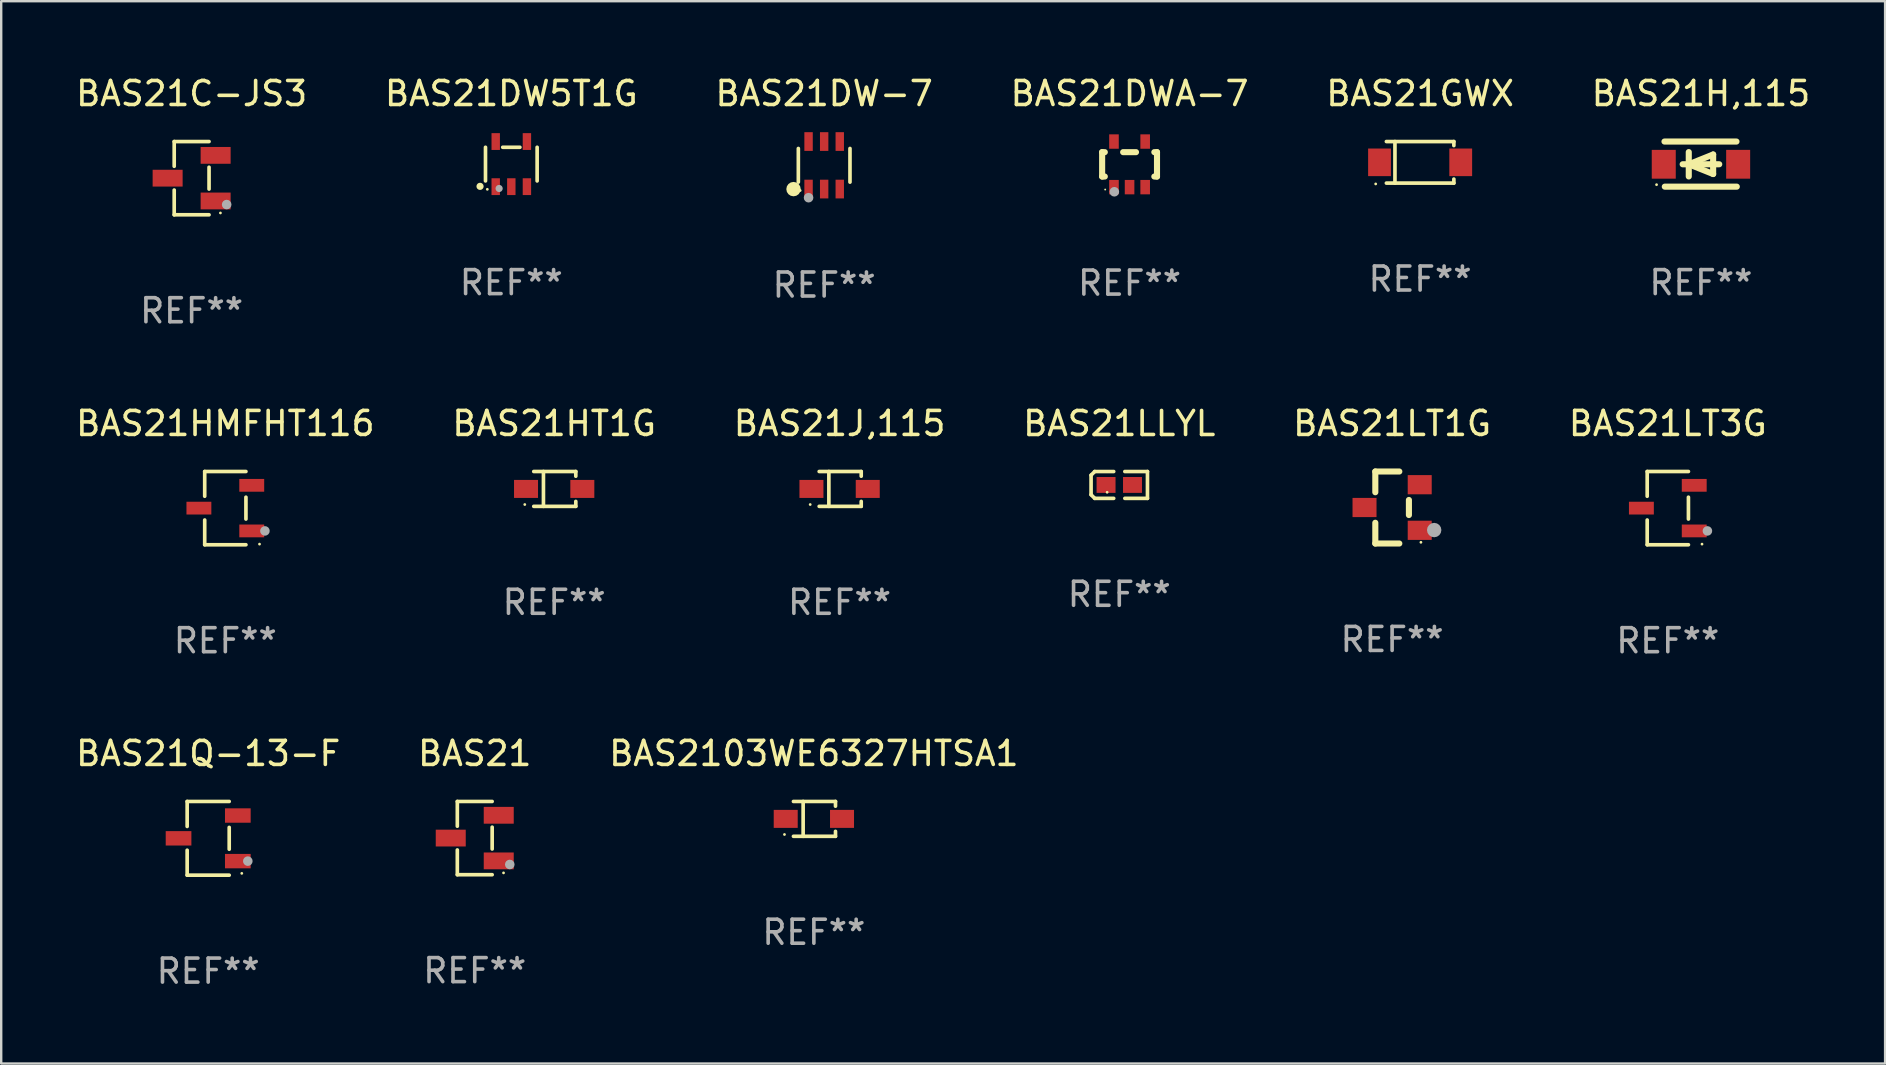
<source format=kicad_pcb>
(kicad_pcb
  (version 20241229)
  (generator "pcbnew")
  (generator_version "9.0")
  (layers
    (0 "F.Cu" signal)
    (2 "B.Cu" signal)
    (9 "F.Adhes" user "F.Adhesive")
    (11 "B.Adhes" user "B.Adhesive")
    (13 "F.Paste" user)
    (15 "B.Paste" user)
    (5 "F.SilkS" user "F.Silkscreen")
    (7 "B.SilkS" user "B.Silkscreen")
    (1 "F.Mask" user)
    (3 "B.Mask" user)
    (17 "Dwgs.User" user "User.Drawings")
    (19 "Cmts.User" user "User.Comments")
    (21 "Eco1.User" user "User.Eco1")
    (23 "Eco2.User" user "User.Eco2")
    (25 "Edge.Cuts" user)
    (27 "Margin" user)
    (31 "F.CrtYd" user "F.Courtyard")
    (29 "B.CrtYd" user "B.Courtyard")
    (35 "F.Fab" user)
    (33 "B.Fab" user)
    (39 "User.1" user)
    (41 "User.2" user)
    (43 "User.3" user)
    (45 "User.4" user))
  (footprint "BAS21DW-7"
    (layer "F.Cu")
    (at 31.292 3.838)
    (property "Reference" "BAS21DW-7" (at 0 -2.99 0) (layer "F.SilkS") (effects (font (size 1 1) (thickness 0.15))))
    (attr through_hole)
    (fp_line (start -1.076 0.701) (end -1.076 -0.701) (stroke (width 0.152) (type solid)) (layer "F.SilkS"))
    (fp_line (start 1.076 0.701) (end 1.076 -0.701) (stroke (width 0.152) (type solid)) (layer "F.SilkS"))
    (fp_circle (center -1.277 0.992) (end -1.127 0.992) (stroke (width 0.3) (type solid)) (fill no) (layer "F.SilkS"))
    (fp_circle (center -1 1.05) (end -0.97 1.05) (stroke (width 0.06) (type solid)) (fill no) (layer "F.SilkS"))
    (fp_circle (center -0.65 1.35) (end -0.55 1.35) (stroke (width 0.2) (type solid)) (fill no) (layer "F.Fab"))
    (fp_text user "REF**" (at 0 4.99 0) (layer "F.Fab") (effects (font (size 1 1) (thickness 0.15))))
    (pad "1" smd rect (at -0.65 0.99) (size 0.35 0.78) (layers "F.Cu" "F.Mask" "F.Paste"))
    (pad "2" smd rect (at 0 0.99) (size 0.35 0.78) (layers "F.Cu" "F.Mask" "F.Paste"))
    (pad "3" smd rect (at 0.65 0.99) (size 0.35 0.78) (layers "F.Cu" "F.Mask" "F.Paste"))
    (pad "4" smd rect (at 0.65 -0.99) (size 0.35 0.78) (layers "F.Cu" "F.Mask" "F.Paste"))
    (pad "5" smd rect (at 0 -0.99) (size 0.35 0.78) (layers "F.Cu" "F.Mask" "F.Paste"))
    (pad "6" smd rect (at -0.65 -0.99) (size 0.35 0.78) (layers "F.Cu" "F.Mask" "F.Paste")))
  (footprint "BAS21J,115"
    (layer "F.Cu")
    (at 31.935 17.323)
    (property "Reference" "BAS21J,115" (at 0 -2.726 0) (layer "F.SilkS") (effects (font (size 1 1) (thickness 0.15))))
    (attr through_hole)
    (fp_line (start -0.851 -0.726) (end 0.901 -0.726) (stroke (width 0.152) (type solid)) (layer "F.SilkS"))
    (fp_line (start -0.851 0.726) (end 0.901 0.726) (stroke (width 0.152) (type solid)) (layer "F.SilkS"))
    (fp_line (start -0.447 -0.726) (end -0.447 0.726) (stroke (width 0.152) (type solid)) (layer "F.SilkS"))
    (fp_line (start 0.901 -0.726) (end 0.901 -0.53) (stroke (width 0.152) (type solid)) (layer "F.SilkS"))
    (fp_line (start 0.901 0.726) (end 0.901 0.52) (stroke (width 0.152) (type solid)) (layer "F.SilkS"))
    (fp_circle (center -1.225 0.65) (end -1.195 0.65) (stroke (width 0.06) (type solid)) (fill no) (layer "F.SilkS"))
    (fp_text user "REF**" (at 0 4.726 0) (layer "F.Fab") (effects (font (size 1 1) (thickness 0.15))))
    (pad "1" smd rect (at -1.173 0) (size 1 0.75) (layers "F.Cu" "F.Mask" "F.Paste"))
    (pad "2" smd rect (at 1.173 0) (size 1 0.75) (layers "F.Cu" "F.Mask" "F.Paste")))
  (footprint "BAS21"
    (layer "F.Cu")
    (at 16.732 31.872)
    (property "Reference" "BAS21" (at 0 -3.526 0) (layer "F.SilkS") (effects (font (size 1 1) (thickness 0.15))))
    (attr through_hole)
    (fp_line (start -0.726 -1.526) (end -0.726 -0.495) (stroke (width 0.152) (type solid)) (layer "F.SilkS"))
    (fp_line (start -0.726 1.526) (end -0.726 0.495) (stroke (width 0.152) (type solid)) (layer "F.SilkS"))
    (fp_line (start 0.726 -1.526) (end -0.726 -1.526) (stroke (width 0.152) (type solid)) (layer "F.SilkS"))
    (fp_line (start 0.726 -0.455) (end 0.726 0.455) (stroke (width 0.152) (type solid)) (layer "F.SilkS"))
    (fp_line (start 0.726 1.526) (end -0.726 1.526) (stroke (width 0.152) (type solid)) (layer "F.SilkS"))
    (fp_circle (center 1.2 1.45) (end 1.23 1.45) (stroke (width 0.06) (type solid)) (fill no) (layer "F.SilkS"))
    (fp_circle (center 1.46 1.1) (end 1.56 1.1) (stroke (width 0.2) (type solid)) (fill no) (layer "F.Fab"))
    (fp_text user "REF**" (at 0 5.526 0) (layer "F.Fab") (effects (font (size 1 1) (thickness 0.15))))
    (pad "1" smd rect (at 1 0.95) (size 1.25 0.7) (layers "F.Cu" "F.Mask" "F.Paste"))
    (pad "2" smd rect (at 1 -0.95) (size 1.25 0.7) (layers "F.Cu" "F.Mask" "F.Paste"))
    (pad "3" smd rect (at -1 0) (size 1.25 0.7) (layers "F.Cu" "F.Mask" "F.Paste")))
  (footprint "BAS21DWA-7"
    (layer "F.Cu")
    (at 44.018 3.798)
    (property "Reference" "BAS21DWA-7" (at 0 -2.95 0) (layer "F.SilkS") (effects (font (size 1 1) (thickness 0.15))))
    (attr through_hole)
    (fp_line (start -1.143 -0.508) (end -1.032 -0.508) (stroke (width 0.254) (type solid)) (layer "F.SilkS"))
    (fp_line (start -1.143 0.508) (end -1.143 -0.508) (stroke (width 0.254) (type solid)) (layer "F.SilkS"))
    (fp_line (start -1.032 0.508) (end -1.143 0.508) (stroke (width 0.254) (type solid)) (layer "F.SilkS"))
    (fp_line (start -0.268 -0.508) (end 0.268 -0.508) (stroke (width 0.254) (type solid)) (layer "F.SilkS"))
    (fp_line (start 1.032 -0.508) (end 1.143 -0.508) (stroke (width 0.254) (type solid)) (layer "F.SilkS"))
    (fp_line (start 1.143 -0.508) (end 1.143 0.508) (stroke (width 0.254) (type solid)) (layer "F.SilkS"))
    (fp_line (start 1.143 0.508) (end 1.032 0.508) (stroke (width 0.254) (type solid)) (layer "F.SilkS"))
    (fp_circle (center -1.016 1.05) (end -0.996 1.05) (stroke (width 0.04) (type solid)) (fill no) (layer "F.SilkS"))
    (fp_circle (center -0.635 1.143) (end -0.535 1.143) (stroke (width 0.2) (type solid)) (fill no) (layer "F.Fab"))
    (fp_text user "REF**" (at 0 4.95 0) (layer "F.Fab") (effects (font (size 1 1) (thickness 0.15))))
    (pad "1" smd rect (at -0.65 0.95) (size 0.4 0.6) (layers "F.Cu" "F.Mask" "F.Paste"))
    (pad "2" smd rect (at 0 0.95) (size 0.4 0.6) (layers "F.Cu" "F.Mask" "F.Paste"))
    (pad "3" smd rect (at 0.65 0.95) (size 0.4 0.6) (layers "F.Cu" "F.Mask" "F.Paste"))
    (pad "4" smd rect (at 0.65 -0.95) (size 0.4 0.6) (layers "F.Cu" "F.Mask" "F.Paste"))
    (pad "5" smd rect (at -0.65 -0.95) (size 0.4 0.6) (layers "F.Cu" "F.Mask" "F.Paste")))
  (footprint "BAS21LT3G"
    (layer "F.Cu")
    (at 66.446 18.123)
    (property "Reference" "BAS21LT3G" (at 0 -3.526 0) (layer "F.SilkS") (effects (font (size 1 1) (thickness 0.15))))
    (attr through_hole)
    (fp_line (start -0.859 -1.526) (end -0.859 -0.495) (stroke (width 0.152) (type solid)) (layer "F.SilkS"))
    (fp_line (start -0.859 1.526) (end -0.859 0.495) (stroke (width 0.152) (type solid)) (layer "F.SilkS"))
    (fp_line (start 0.859 -1.526) (end -0.859 -1.526) (stroke (width 0.152) (type solid)) (layer "F.SilkS"))
    (fp_line (start 0.859 -0.455) (end 0.859 0.455) (stroke (width 0.152) (type solid)) (layer "F.SilkS"))
    (fp_line (start 0.859 1.526) (end -0.859 1.526) (stroke (width 0.152) (type solid)) (layer "F.SilkS"))
    (fp_circle (center 1.425 1.5) (end 1.455 1.5) (stroke (width 0.06) (type solid)) (fill no) (layer "F.SilkS"))
    (fp_circle (center 1.65 0.95) (end 1.75 0.95) (stroke (width 0.2) (type solid)) (fill no) (layer "F.Fab"))
    (fp_text user "REF**" (at 0 5.526 0) (layer "F.Fab") (effects (font (size 1 1) (thickness 0.15))))
    (pad "1" smd rect (at 1.101 0.95) (size 1.037 0.532) (layers "F.Cu" "F.Mask" "F.Paste"))
    (pad "2" smd rect (at 1.101 -0.95) (size 1.037 0.532) (layers "F.Cu" "F.Mask" "F.Paste"))
    (pad "3" smd rect (at -1.101 0) (size 1.037 0.532) (layers "F.Cu" "F.Mask" "F.Paste")))
  (footprint "BAS21Q-13-F"
    (layer "F.Cu")
    (at 5.625 31.882)
    (property "Reference" "BAS21Q-13-F" (at 0 -3.536 0) (layer "F.SilkS") (effects (font (size 1 1) (thickness 0.15))))
    (attr through_hole)
    (fp_line (start -0.876 -1.536) (end -0.876 -0.495) (stroke (width 0.152) (type solid)) (layer "F.SilkS"))
    (fp_line (start -0.876 1.536) (end -0.876 0.495) (stroke (width 0.152) (type solid)) (layer "F.SilkS"))
    (fp_line (start 0.876 -1.536) (end -0.876 -1.536) (stroke (width 0.152) (type solid)) (layer "F.SilkS"))
    (fp_line (start 0.876 -0.455) (end 0.876 0.455) (stroke (width 0.152) (type solid)) (layer "F.SilkS"))
    (fp_line (start 0.876 1.536) (end -0.876 1.536) (stroke (width 0.152) (type solid)) (layer "F.SilkS"))
    (fp_circle (center 1.4 1.46) (end 1.43 1.46) (stroke (width 0.06) (type solid)) (fill no) (layer "F.SilkS"))
    (fp_circle (center 1.651 0.95) (end 1.751 0.95) (stroke (width 0.2) (type solid)) (fill no) (layer "F.Fab"))
    (fp_text user "REF**" (at 0 5.536 0) (layer "F.Fab") (effects (font (size 1 1) (thickness 0.15))))
    (pad "1" smd rect (at 1.235 0.95) (size 1.07 0.6) (layers "F.Cu" "F.Mask" "F.Paste"))
    (pad "2" smd rect (at 1.235 -0.95) (size 1.07 0.6) (layers "F.Cu" "F.Mask" "F.Paste"))
    (pad "3" smd rect (at -1.235 0) (size 1.07 0.6) (layers "F.Cu" "F.Mask" "F.Paste")))
  (footprint "BAS21HT1G"
    (layer "F.Cu")
    (at 20.042 17.323)
    (property "Reference" "BAS21HT1G" (at 0 -2.726 0) (layer "F.SilkS") (effects (font (size 1 1) (thickness 0.15))))
    (attr through_hole)
    (fp_line (start -0.851 -0.726) (end 0.901 -0.726) (stroke (width 0.152) (type solid)) (layer "F.SilkS"))
    (fp_line (start -0.851 0.726) (end 0.901 0.726) (stroke (width 0.152) (type solid)) (layer "F.SilkS"))
    (fp_line (start -0.447 -0.726) (end -0.447 0.726) (stroke (width 0.152) (type solid)) (layer "F.SilkS"))
    (fp_line (start 0.901 -0.726) (end 0.901 -0.53) (stroke (width 0.152) (type solid)) (layer "F.SilkS"))
    (fp_line (start 0.901 0.726) (end 0.901 0.52) (stroke (width 0.152) (type solid)) (layer "F.SilkS"))
    (fp_circle (center -1.225 0.65) (end -1.195 0.65) (stroke (width 0.06) (type solid)) (fill no) (layer "F.SilkS"))
    (fp_text user "REF**" (at 0 4.726 0) (layer "F.Fab") (effects (font (size 1 1) (thickness 0.15))))
    (pad "1" smd rect (at -1.173 0) (size 1 0.75) (layers "F.Cu" "F.Mask" "F.Paste"))
    (pad "2" smd rect (at 1.173 0) (size 1 0.75) (layers "F.Cu" "F.Mask" "F.Paste")))
  (footprint "BAS2103WE6327HTSA1"
    (layer "F.Cu")
    (at 30.863 31.072)
    (property "Reference" "BAS2103WE6327HTSA1" (at 0 -2.726 0) (layer "F.SilkS") (effects (font (size 1 1) (thickness 0.15))))
    (attr through_hole)
    (fp_line (start -0.851 -0.726) (end 0.901 -0.726) (stroke (width 0.152) (type solid)) (layer "F.SilkS"))
    (fp_line (start -0.851 0.726) (end 0.901 0.726) (stroke (width 0.152) (type solid)) (layer "F.SilkS"))
    (fp_line (start -0.447 -0.726) (end -0.447 0.726) (stroke (width 0.152) (type solid)) (layer "F.SilkS"))
    (fp_line (start 0.901 -0.726) (end 0.901 -0.53) (stroke (width 0.152) (type solid)) (layer "F.SilkS"))
    (fp_line (start 0.901 0.726) (end 0.901 0.52) (stroke (width 0.152) (type solid)) (layer "F.SilkS"))
    (fp_circle (center -1.225 0.65) (end -1.195 0.65) (stroke (width 0.06) (type solid)) (fill no) (layer "F.SilkS"))
    (fp_text user "REF**" (at 0 4.726 0) (layer "F.Fab") (effects (font (size 1 1) (thickness 0.15))))
    (pad "1" smd rect (at -1.173 0) (size 1 0.75) (layers "F.Cu" "F.Mask" "F.Paste"))
    (pad "2" smd rect (at 1.173 0) (size 1 0.75) (layers "F.Cu" "F.Mask" "F.Paste")))
  (footprint "BAS21C-JS3"
    (layer "F.Cu")
    (at 4.935 4.374)
    (property "Reference" "BAS21C-JS3" (at 0 -3.526 0) (layer "F.SilkS") (effects (font (size 1 1) (thickness 0.15))))
    (attr through_hole)
    (fp_line (start -0.726 -1.526) (end -0.726 -0.495) (stroke (width 0.152) (type solid)) (layer "F.SilkS"))
    (fp_line (start -0.726 1.526) (end -0.726 0.495) (stroke (width 0.152) (type solid)) (layer "F.SilkS"))
    (fp_line (start 0.726 -1.526) (end -0.726 -1.526) (stroke (width 0.152) (type solid)) (layer "F.SilkS"))
    (fp_line (start 0.726 -0.455) (end 0.726 0.455) (stroke (width 0.152) (type solid)) (layer "F.SilkS"))
    (fp_line (start 0.726 1.526) (end -0.726 1.526) (stroke (width 0.152) (type solid)) (layer "F.SilkS"))
    (fp_circle (center 1.2 1.45) (end 1.23 1.45) (stroke (width 0.06) (type solid)) (fill no) (layer "F.SilkS"))
    (fp_circle (center 1.46 1.1) (end 1.56 1.1) (stroke (width 0.2) (type solid)) (fill no) (layer "F.Fab"))
    (fp_text user "REF**" (at 0 5.526 0) (layer "F.Fab") (effects (font (size 1 1) (thickness 0.15))))
    (pad "1" smd rect (at 1 0.95) (size 1.25 0.7) (layers "F.Cu" "F.Mask" "F.Paste"))
    (pad "2" smd rect (at 1 -0.95) (size 1.25 0.7) (layers "F.Cu" "F.Mask" "F.Paste"))
    (pad "3" smd rect (at -1 0) (size 1.25 0.7) (layers "F.Cu" "F.Mask" "F.Paste")))
  (footprint "BAS21LT1G"
    (layer "F.Cu")
    (at 54.958 18.097)
    (property "Reference" "BAS21LT1G" (at 0 -3.5 0) (layer "F.SilkS") (effects (font (size 1 1) (thickness 0.15))))
    (attr through_hole)
    (fp_line (start -0.7 -1.5) (end 0.3 -1.5) (stroke (width 0.254) (type solid)) (layer "F.SilkS"))
    (fp_line (start -0.7 -0.636) (end -0.7 -1.5) (stroke (width 0.254) (type solid)) (layer "F.SilkS"))
    (fp_line (start -0.7 1.5) (end -0.7 0.636) (stroke (width 0.254) (type solid)) (layer "F.SilkS"))
    (fp_line (start -0.7 1.5) (end 0.3 1.5) (stroke (width 0.254) (type solid)) (layer "F.SilkS"))
    (fp_line (start 0.7 0.314) (end 0.7 -0.314) (stroke (width 0.254) (type solid)) (layer "F.SilkS"))
    (fp_circle (center 1.2 1.45) (end 1.23 1.45) (stroke (width 0.06) (type solid)) (fill no) (layer "F.SilkS"))
    (fp_circle (center 1.753 0.94) (end 1.903 0.94) (stroke (width 0.3) (type solid)) (fill no) (layer "F.Fab"))
    (fp_text user "REF**" (at 0 5.5 0) (layer "F.Fab") (effects (font (size 1 1) (thickness 0.15))))
    (pad "1" smd rect (at 1.15 0.95 180) (size 1 0.8) (layers "F.Cu" "F.Mask" "F.Paste"))
    (pad "2" smd rect (at 1.15 -0.95 180) (size 1 0.8) (layers "F.Cu" "F.Mask" "F.Paste"))
    (pad "3" smd rect (at -1.15 -0.000051 180) (size 1 0.8) (layers "F.Cu" "F.Mask" "F.Paste")))
  (footprint "BAS21GWX"
    (layer "F.Cu")
    (at 56.125 3.714)
    (property "Reference" "BAS21GWX" (at 0 -2.866 0) (layer "F.SilkS") (effects (font (size 1 1) (thickness 0.15))))
    (attr through_hole)
    (fp_line (start -1.406 -0.866) (end 1.406 -0.866) (stroke (width 0.152) (type solid)) (layer "F.SilkS"))
    (fp_line (start -1.406 0.866) (end 1.406 0.866) (stroke (width 0.152) (type solid)) (layer "F.SilkS"))
    (fp_line (start -1.049 -0.866) (end -1.049 0.866) (stroke (width 0.152) (type solid)) (layer "F.SilkS"))
    (fp_line (start 1.406 -0.866) (end 1.406 -0.698) (stroke (width 0.152) (type solid)) (layer "F.SilkS"))
    (fp_line (start 1.406 0.866) (end 1.406 0.698) (stroke (width 0.152) (type solid)) (layer "F.SilkS"))
    (fp_circle (center -1.851 0.9) (end -1.821 0.9) (stroke (width 0.06) (type solid)) (fill no) (layer "F.SilkS"))
    (fp_text user "REF**" (at 0 4.866 0) (layer "F.Fab") (effects (font (size 1 1) (thickness 0.15))))
    (pad "1" smd rect (at -1.692 0) (size 0.95 1.15) (layers "F.Cu" "F.Mask" "F.Paste"))
    (pad "2" smd rect (at 1.692 0) (size 0.95 1.15) (layers "F.Cu" "F.Mask" "F.Paste")))
  (footprint "BAS21LLYL"
    (layer "F.Cu")
    (at 43.589 17.157)
    (property "Reference" "BAS21LLYL" (at 0 -2.559 0) (layer "F.SilkS") (effects (font (size 1 1) (thickness 0.15))))
    (attr through_hole)
    (fp_line (start -1.175 -0.407) (end -1.023 -0.559) (stroke (width 0.152) (type solid)) (layer "F.SilkS"))
    (fp_line (start -1.175 0.407) (end -1.175 -0.407) (stroke (width 0.152) (type solid)) (layer "F.SilkS"))
    (fp_line (start -1.023 -0.559) (end -0.232 -0.559) (stroke (width 0.152) (type solid)) (layer "F.SilkS"))
    (fp_line (start -1.023 0.559) (end -1.175 0.407) (stroke (width 0.152) (type solid)) (layer "F.SilkS"))
    (fp_line (start -0.232 0.559) (end -1.023 0.559) (stroke (width 0.152) (type solid)) (layer "F.SilkS"))
    (fp_line (start 0.232 0.559) (end 1.175 0.559) (stroke (width 0.152) (type solid)) (layer "F.SilkS"))
    (fp_line (start 1.175 -0.559) (end 0.232 -0.559) (stroke (width 0.152) (type solid)) (layer "F.SilkS"))
    (fp_line (start 1.175 0.559) (end 1.175 -0.559) (stroke (width 0.152) (type solid)) (layer "F.SilkS"))
    (fp_circle (center -0.506 0.306) (end -0.476 0.306) (stroke (width 0.06) (type solid)) (fill no) (layer "F.SilkS"))
    (fp_text user "REF**" (at 0 4.559 0) (layer "F.Fab") (effects (font (size 1 1) (thickness 0.15))))
    (pad "1" smd rect (at -0.551 0) (size 0.79 0.661) (layers "F.Cu" "F.Mask" "F.Paste"))
    (pad "2" smd rect (at 0.551 0) (size 0.79 0.661) (layers "F.Cu" "F.Mask" "F.Paste")))
  (footprint "BAS21DW5T1G"
    (layer "F.Cu")
    (at 18.256 3.788)
    (property "Reference" "BAS21DW5T1G" (at 0 -2.94 0) (layer "F.SilkS") (effects (font (size 1 1) (thickness 0.15))))
    (attr through_hole)
    (fp_line (start -1.076 0.701) (end -1.076 -0.701) (stroke (width 0.152) (type solid)) (layer "F.SilkS"))
    (fp_line (start -0.358 -0.701) (end 0.358 -0.701) (stroke (width 0.152) (type solid)) (layer "F.SilkS"))
    (fp_line (start 1.076 0.701) (end 1.076 -0.701) (stroke (width 0.152) (type solid)) (layer "F.SilkS"))
    (fp_circle (center -1.303 0.927) (end -1.228 0.927) (stroke (width 0.15) (type solid)) (fill no) (layer "F.SilkS"))
    (fp_circle (center -1 1.05) (end -0.97 1.05) (stroke (width 0.06) (type solid)) (fill no) (layer "F.SilkS"))
    (fp_circle (center -0.508 1.016) (end -0.433 1.016) (stroke (width 0.15) (type solid)) (fill no) (layer "F.Fab"))
    (fp_text user "REF**" (at 0 4.94 0) (layer "F.Fab") (effects (font (size 1 1) (thickness 0.15))))
    (pad "1" smd rect (at -0.65 0.94) (size 0.35 0.7) (layers "F.Cu" "F.Mask" "F.Paste"))
    (pad "2" smd rect (at 0 0.94) (size 0.35 0.7) (layers "F.Cu" "F.Mask" "F.Paste"))
    (pad "3" smd rect (at 0.65 0.94) (size 0.35 0.7) (layers "F.Cu" "F.Mask" "F.Paste"))
    (pad "4" smd rect (at 0.65 -0.94) (size 0.35 0.7) (layers "F.Cu" "F.Mask" "F.Paste"))
    (pad "5" smd rect (at -0.65 -0.94) (size 0.35 0.7) (layers "F.Cu" "F.Mask" "F.Paste")))
  (footprint "BAS21HMFHT116"
    (layer "F.Cu")
    (at 6.339 18.123)
    (property "Reference" "BAS21HMFHT116" (at 0 -3.526 0) (layer "F.SilkS") (effects (font (size 1 1) (thickness 0.15))))
    (attr through_hole)
    (fp_line (start -0.859 -1.526) (end -0.859 -0.495) (stroke (width 0.152) (type solid)) (layer "F.SilkS"))
    (fp_line (start -0.859 1.526) (end -0.859 0.495) (stroke (width 0.152) (type solid)) (layer "F.SilkS"))
    (fp_line (start 0.859 -1.526) (end -0.859 -1.526) (stroke (width 0.152) (type solid)) (layer "F.SilkS"))
    (fp_line (start 0.859 -0.455) (end 0.859 0.455) (stroke (width 0.152) (type solid)) (layer "F.SilkS"))
    (fp_line (start 0.859 1.526) (end -0.859 1.526) (stroke (width 0.152) (type solid)) (layer "F.SilkS"))
    (fp_circle (center 1.425 1.5) (end 1.455 1.5) (stroke (width 0.06) (type solid)) (fill no) (layer "F.SilkS"))
    (fp_circle (center 1.65 0.95) (end 1.75 0.95) (stroke (width 0.2) (type solid)) (fill no) (layer "F.Fab"))
    (fp_text user "REF**" (at 0 5.526 0) (layer "F.Fab") (effects (font (size 1 1) (thickness 0.15))))
    (pad "1" smd rect (at 1.101 0.95) (size 1.037 0.532) (layers "F.Cu" "F.Mask" "F.Paste"))
    (pad "2" smd rect (at 1.101 -0.95) (size 1.037 0.532) (layers "F.Cu" "F.Mask" "F.Paste"))
    (pad "3" smd rect (at -1.101 0) (size 1.037 0.532) (layers "F.Cu" "F.Mask" "F.Paste")))
  (footprint "BAS21H,115"
    (layer "F.Cu")
    (at 67.827 3.788)
    (property "Reference" "BAS21H,115" (at 0 -2.94 0) (layer "F.SilkS") (effects (font (size 1 1) (thickness 0.15))))
    (attr through_hole)
    (fp_line (start -1.52 -0.94) (end 1.48 -0.94) (stroke (width 0.254) (type solid)) (layer "F.SilkS"))
    (fp_line (start -1.507 0.94) (end 1.493 0.94) (stroke (width 0.254) (type solid)) (layer "F.SilkS"))
    (fp_line (start -0.762 0.007) (end 0.762 0.007) (stroke (width 0.254) (type solid)) (layer "F.SilkS"))
    (fp_line (start -0.508 -0.501) (end -0.508 0.515) (stroke (width 0.254) (type solid)) (layer "F.SilkS"))
    (fp_line (start -0.508 0.007) (end 0.508 -0.4) (stroke (width 0.254) (type solid)) (layer "F.SilkS"))
    (fp_line (start 0.508 -0.4) (end 0.508 0.413) (stroke (width 0.254) (type solid)) (layer "F.SilkS"))
    (fp_line (start 0.508 0.413) (end -0.508 0.007) (stroke (width 0.254) (type solid)) (layer "F.SilkS"))
    (fp_circle (center -1.85 0.857) (end -1.82 0.857) (stroke (width 0.06) (type solid)) (fill no) (layer "F.SilkS"))
    (fp_text user "REF**" (at 0 4.94 0) (layer "F.Fab") (effects (font (size 1 1) (thickness 0.15))))
    (pad "1" smd rect (at -1.55 0.007) (size 1 1.2) (layers "F.Cu" "F.Mask" "F.Paste"))
    (pad "2" smd rect (at 1.55 0.007) (size 1 1.2) (layers "F.Cu" "F.Mask" "F.Paste")))
  (gr_rect
    (start -3 -3)
    (end 75.5 41.267)
    (stroke (width 0.1) (type default))
    (fill no)
    (layer "Edge.Cuts")))
</source>
